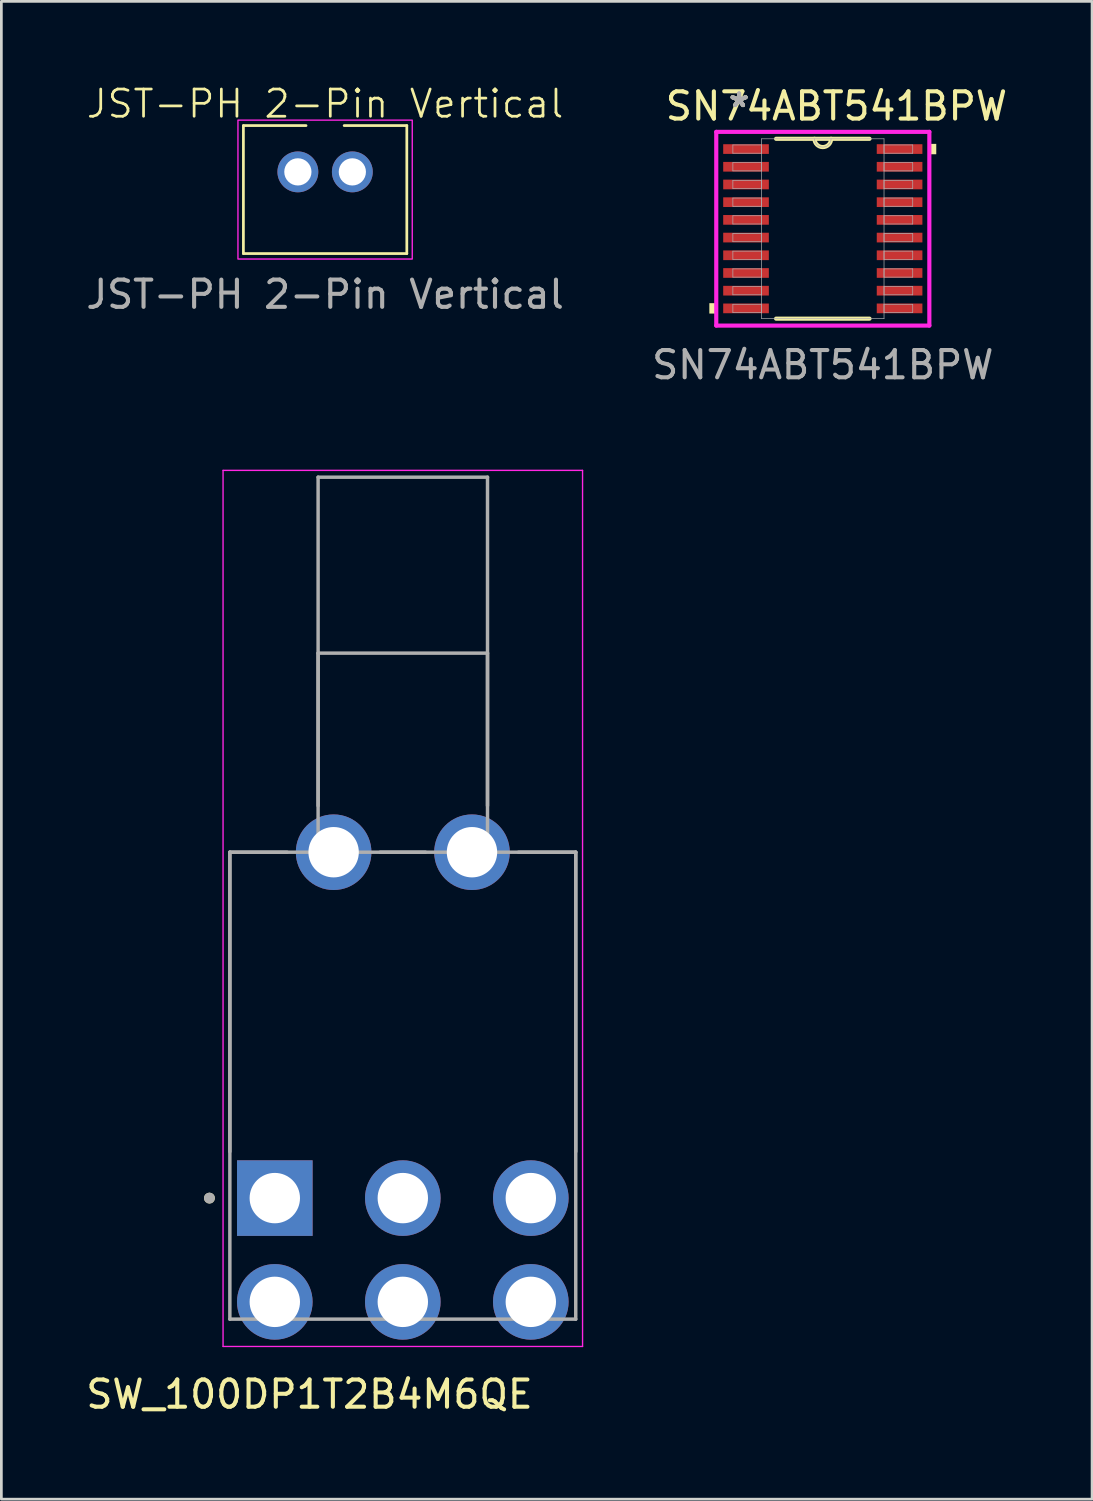
<source format=kicad_pcb>
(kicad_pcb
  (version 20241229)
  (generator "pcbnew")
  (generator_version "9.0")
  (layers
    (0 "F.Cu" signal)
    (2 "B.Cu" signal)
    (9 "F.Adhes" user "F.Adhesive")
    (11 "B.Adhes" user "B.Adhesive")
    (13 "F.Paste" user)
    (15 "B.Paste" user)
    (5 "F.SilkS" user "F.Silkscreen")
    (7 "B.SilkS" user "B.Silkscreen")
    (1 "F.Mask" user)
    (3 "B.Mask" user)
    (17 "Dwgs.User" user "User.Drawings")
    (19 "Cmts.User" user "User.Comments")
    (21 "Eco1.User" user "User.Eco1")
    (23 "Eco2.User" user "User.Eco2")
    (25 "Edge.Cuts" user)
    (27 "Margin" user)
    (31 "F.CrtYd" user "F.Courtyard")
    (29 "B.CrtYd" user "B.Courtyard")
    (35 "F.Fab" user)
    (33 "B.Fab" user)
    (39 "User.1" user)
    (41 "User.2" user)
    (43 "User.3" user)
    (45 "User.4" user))
  (footprint "JST-PH 2-Pin Vertical"
    (layer "F.Cu")
    (at 8.887 4.261)
    (property "Reference" "JST-PH 2-Pin Vertical" (at 0 -3.5 0) (unlocked yes) (layer "F.SilkS") (effects (font (size 1 1) (thickness 0.1))))
    (attr through_hole)
    (fp_line (start -3 -2.7) (end -3 2) (stroke (width 0.1) (type default)) (layer "F.SilkS"))
    (fp_line (start -3 -2.7) (end -0.7 -2.7) (stroke (width 0.1) (type default)) (layer "F.SilkS"))
    (fp_line (start -3 2) (end 3 2) (stroke (width 0.1) (type default)) (layer "F.SilkS"))
    (fp_line (start 3 -2.7) (end 0.7 -2.7) (stroke (width 0.1) (type default)) (layer "F.SilkS"))
    (fp_line (start 3 2) (end 3 -2.7) (stroke (width 0.1) (type default)) (layer "F.SilkS"))
    (fp_rect (start -3.2 -2.9) (end 3.2 2.2) (stroke (width 0.05) (type default)) (fill no) (layer "F.CrtYd"))
    (fp_text user "${REFERENCE}" (at 0 3.5 0) (unlocked yes) (layer "F.Fab") (effects (font (size 1 1) (thickness 0.15))))
    (pad "1" thru_hole circle (at 1 -1) (size 1.5 1.5) (drill 1) (layers "*.Cu" "*.Mask"))
    (pad "2" thru_hole circle (at -1 -1) (size 1.5 1.5) (drill 1) (layers "*.Cu" "*.Mask")))
  (footprint "SW_100DP1T2B4M6QE"
    (layer "F.Cu")
    (at 11.74 42.846)
    (property "Reference" "SW_100DP1T2B4M6QE" (at -3.425 5.3 0) (layer "F.SilkS") (effects (font (size 1 1) (thickness 0.15))))
    (attr through_hole)
    (fp_circle (center -7.1 -1.905) (end -7 -1.905) (stroke (width 0.2) (type solid)) (fill no) (layer "F.SilkS"))
    (fp_line (start -6.6 -28.625) (end -6.6 3.542) (stroke (width 0.05) (type solid)) (layer "F.CrtYd"))
    (fp_line (start -6.6 3.542) (end 6.6 3.542) (stroke (width 0.05) (type solid)) (layer "F.CrtYd"))
    (fp_line (start 6.6 -28.625) (end -6.6 -28.625) (stroke (width 0.05) (type solid)) (layer "F.CrtYd"))
    (fp_line (start 6.6 3.542) (end 6.6 -28.625) (stroke (width 0.05) (type solid)) (layer "F.CrtYd"))
    (fp_line (start -6.35 -14.605) (end -4.247 -14.605) (stroke (width 0.127) (type solid)) (layer "F.Fab"))
    (fp_line (start -6.35 -14.605) (end -3.11 -14.605) (stroke (width 0.127) (type solid)) (layer "F.Fab"))
    (fp_line (start -6.35 -3.612) (end -6.35 -14.605) (stroke (width 0.127) (type solid)) (layer "F.Fab"))
    (fp_line (start -6.35 2.54) (end -6.35 -14.605) (stroke (width 0.127) (type solid)) (layer "F.Fab"))
    (fp_line (start -3.11 -28.375) (end 3.11 -28.375) (stroke (width 0.127) (type solid)) (layer "F.Fab"))
    (fp_line (start -3.11 -21.915) (end 3.11 -21.915) (stroke (width 0.127) (type solid)) (layer "F.Fab"))
    (fp_line (start -3.11 -16.312) (end -3.11 -21.915) (stroke (width 0.127) (type solid)) (layer "F.Fab"))
    (fp_line (start -3.11 -14.605) (end -3.11 -28.375) (stroke (width 0.127) (type solid)) (layer "F.Fab"))
    (fp_line (start -3.11 -14.605) (end 3.11 -14.605) (stroke (width 0.127) (type solid)) (layer "F.Fab"))
    (fp_line (start -0.833 -14.605) (end 0.833 -14.605) (stroke (width 0.127) (type solid)) (layer "F.Fab"))
    (fp_line (start 3.11 -28.375) (end 3.11 -14.605) (stroke (width 0.127) (type solid)) (layer "F.Fab"))
    (fp_line (start 3.11 -21.915) (end 3.11 -16.312) (stroke (width 0.127) (type solid)) (layer "F.Fab"))
    (fp_line (start 3.11 -14.605) (end 6.35 -14.605) (stroke (width 0.127) (type solid)) (layer "F.Fab"))
    (fp_line (start 4.247 -14.605) (end 6.35 -14.605) (stroke (width 0.127) (type solid)) (layer "F.Fab"))
    (fp_line (start 6.35 -14.605) (end 6.35 -3.612) (stroke (width 0.127) (type solid)) (layer "F.Fab"))
    (fp_line (start 6.35 -14.605) (end 6.35 2.54) (stroke (width 0.127) (type solid)) (layer "F.Fab"))
    (fp_line (start 6.35 2.54) (end -6.35 2.54) (stroke (width 0.127) (type solid)) (layer "F.Fab"))
    (fp_circle (center -7.1 -1.905) (end -7 -1.905) (stroke (width 0.2) (type solid)) (fill no) (layer "F.Fab"))
    (pad "1" thru_hole rect (at -4.7 -1.905) (size 2.775 2.775) (drill 1.85) (layers "*.Cu" "*.Mask"))
    (pad "2" thru_hole circle (at 0 -1.905) (size 2.775 2.775) (drill 1.85) (layers "*.Cu" "*.Mask"))
    (pad "3" thru_hole circle (at 4.7 -1.905) (size 2.775 2.775) (drill 1.85) (layers "*.Cu" "*.Mask"))
    (pad "4" thru_hole circle (at -4.7 1.905) (size 2.775 2.775) (drill 1.85) (layers "*.Cu" "*.Mask"))
    (pad "5" thru_hole circle (at 0 1.905) (size 2.775 2.775) (drill 1.85) (layers "*.Cu" "*.Mask"))
    (pad "6" thru_hole circle (at 4.7 1.905) (size 2.775 2.775) (drill 1.85) (layers "*.Cu" "*.Mask"))
    (pad "S1" thru_hole circle (at -2.54 -14.605) (size 2.775 2.775) (drill 1.85) (layers "*.Cu" "*.Mask"))
    (pad "S2" thru_hole circle (at 2.54 -14.605) (size 2.775 2.775) (drill 1.85) (layers "*.Cu" "*.Mask")))
  (footprint "SN74ABT541BPW"
    (layer "F.Cu")
    (at 27.161 5.348)
    (property "Reference" "SN74ABT541BPW" (at 0.5 -4.5 0) (unlocked yes) (layer "F.SilkS") (effects (font (size 1 1) (thickness 0.15))))
    (attr smd)
    (fp_line (start -1.715 3.302) (end 1.715 3.302) (stroke (width 0.152) (type solid)) (layer "F.SilkS"))
    (fp_line (start 1.715 -3.302) (end -1.715 -3.302) (stroke (width 0.152) (type solid)) (layer "F.SilkS"))
    (fp_arc (start 0.3048 -3.302) (mid 0 -2.9972) (end -0.3048 -3.302) (stroke (width 0.1524) (type solid)) (layer "F.SilkS"))
    (fp_poly (pts (xy -4.166 2.734) (xy -4.166 3.115) (xy -3.912 3.115) (xy -3.912 2.734)) (stroke (width 0) (type solid)) (fill yes) (layer "F.SilkS"))
    (fp_poly (pts (xy 4.166 -3.115) (xy 4.166 -2.734) (xy 3.912 -2.734) (xy 3.912 -3.115)) (stroke (width 0) (type solid)) (fill yes) (layer "F.SilkS"))
    (fp_line (start -3.912 -3.556) (end 3.912 -3.556) (stroke (width 0.152) (type solid)) (layer "F.CrtYd"))
    (fp_line (start -3.912 3.556) (end -3.912 -3.556) (stroke (width 0.152) (type solid)) (layer "F.CrtYd"))
    (fp_line (start 3.912 -3.556) (end 3.912 3.556) (stroke (width 0.152) (type solid)) (layer "F.CrtYd"))
    (fp_line (start 3.912 3.556) (end -3.912 3.556) (stroke (width 0.152) (type solid)) (layer "F.CrtYd"))
    (fp_line (start -3.302 -3.077) (end -3.302 -2.773) (stroke (width 0.025) (type solid)) (layer "F.Fab"))
    (fp_line (start -3.302 -2.773) (end -2.248 -2.773) (stroke (width 0.025) (type solid)) (layer "F.Fab"))
    (fp_line (start -3.302 -2.427) (end -3.302 -2.123) (stroke (width 0.025) (type solid)) (layer "F.Fab"))
    (fp_line (start -3.302 -2.123) (end -2.248 -2.123) (stroke (width 0.025) (type solid)) (layer "F.Fab"))
    (fp_line (start -3.302 -1.777) (end -3.302 -1.473) (stroke (width 0.025) (type solid)) (layer "F.Fab"))
    (fp_line (start -3.302 -1.473) (end -2.248 -1.473) (stroke (width 0.025) (type solid)) (layer "F.Fab"))
    (fp_line (start -3.302 -1.127) (end -3.302 -0.823) (stroke (width 0.025) (type solid)) (layer "F.Fab"))
    (fp_line (start -3.302 -0.823) (end -2.248 -0.823) (stroke (width 0.025) (type solid)) (layer "F.Fab"))
    (fp_line (start -3.302 -0.477) (end -3.302 -0.173) (stroke (width 0.025) (type solid)) (layer "F.Fab"))
    (fp_line (start -3.302 -0.173) (end -2.248 -0.173) (stroke (width 0.025) (type solid)) (layer "F.Fab"))
    (fp_line (start -3.302 0.173) (end -3.302 0.477) (stroke (width 0.025) (type solid)) (layer "F.Fab"))
    (fp_line (start -3.302 0.477) (end -2.248 0.477) (stroke (width 0.025) (type solid)) (layer "F.Fab"))
    (fp_line (start -3.302 0.823) (end -3.302 1.127) (stroke (width 0.025) (type solid)) (layer "F.Fab"))
    (fp_line (start -3.302 1.127) (end -2.248 1.127) (stroke (width 0.025) (type solid)) (layer "F.Fab"))
    (fp_line (start -3.302 1.473) (end -3.302 1.777) (stroke (width 0.025) (type solid)) (layer "F.Fab"))
    (fp_line (start -3.302 1.777) (end -2.248 1.777) (stroke (width 0.025) (type solid)) (layer "F.Fab"))
    (fp_line (start -3.302 2.123) (end -3.302 2.427) (stroke (width 0.025) (type solid)) (layer "F.Fab"))
    (fp_line (start -3.302 2.427) (end -2.248 2.427) (stroke (width 0.025) (type solid)) (layer "F.Fab"))
    (fp_line (start -3.302 2.773) (end -3.302 3.077) (stroke (width 0.025) (type solid)) (layer "F.Fab"))
    (fp_line (start -3.302 3.077) (end -2.248 3.077) (stroke (width 0.025) (type solid)) (layer "F.Fab"))
    (fp_line (start -2.248 -3.302) (end -2.248 3.302) (stroke (width 0.025) (type solid)) (layer "F.Fab"))
    (fp_line (start -2.248 -3.077) (end -3.302 -3.077) (stroke (width 0.025) (type solid)) (layer "F.Fab"))
    (fp_line (start -2.248 -2.773) (end -2.248 -3.077) (stroke (width 0.025) (type solid)) (layer "F.Fab"))
    (fp_line (start -2.248 -2.427) (end -3.302 -2.427) (stroke (width 0.025) (type solid)) (layer "F.Fab"))
    (fp_line (start -2.248 -2.123) (end -2.248 -2.427) (stroke (width 0.025) (type solid)) (layer "F.Fab"))
    (fp_line (start -2.248 -1.777) (end -3.302 -1.777) (stroke (width 0.025) (type solid)) (layer "F.Fab"))
    (fp_line (start -2.248 -1.473) (end -2.248 -1.777) (stroke (width 0.025) (type solid)) (layer "F.Fab"))
    (fp_line (start -2.248 -1.127) (end -3.302 -1.127) (stroke (width 0.025) (type solid)) (layer "F.Fab"))
    (fp_line (start -2.248 -0.823) (end -2.248 -1.127) (stroke (width 0.025) (type solid)) (layer "F.Fab"))
    (fp_line (start -2.248 -0.477) (end -3.302 -0.477) (stroke (width 0.025) (type solid)) (layer "F.Fab"))
    (fp_line (start -2.248 -0.173) (end -2.248 -0.477) (stroke (width 0.025) (type solid)) (layer "F.Fab"))
    (fp_line (start -2.248 0.173) (end -3.302 0.173) (stroke (width 0.025) (type solid)) (layer "F.Fab"))
    (fp_line (start -2.248 0.477) (end -2.248 0.173) (stroke (width 0.025) (type solid)) (layer "F.Fab"))
    (fp_line (start -2.248 0.823) (end -3.302 0.823) (stroke (width 0.025) (type solid)) (layer "F.Fab"))
    (fp_line (start -2.248 1.127) (end -2.248 0.823) (stroke (width 0.025) (type solid)) (layer "F.Fab"))
    (fp_line (start -2.248 1.473) (end -3.302 1.473) (stroke (width 0.025) (type solid)) (layer "F.Fab"))
    (fp_line (start -2.248 1.777) (end -2.248 1.473) (stroke (width 0.025) (type solid)) (layer "F.Fab"))
    (fp_line (start -2.248 2.123) (end -3.302 2.123) (stroke (width 0.025) (type solid)) (layer "F.Fab"))
    (fp_line (start -2.248 2.427) (end -2.248 2.123) (stroke (width 0.025) (type solid)) (layer "F.Fab"))
    (fp_line (start -2.248 2.773) (end -3.302 2.773) (stroke (width 0.025) (type solid)) (layer "F.Fab"))
    (fp_line (start -2.248 3.077) (end -2.248 2.773) (stroke (width 0.025) (type solid)) (layer "F.Fab"))
    (fp_line (start -2.248 3.302) (end 2.248 3.302) (stroke (width 0.025) (type solid)) (layer "F.Fab"))
    (fp_line (start 2.248 -3.302) (end -2.248 -3.302) (stroke (width 0.025) (type solid)) (layer "F.Fab"))
    (fp_line (start 2.248 -3.077) (end 2.248 -2.773) (stroke (width 0.025) (type solid)) (layer "F.Fab"))
    (fp_line (start 2.248 -2.773) (end 3.302 -2.773) (stroke (width 0.025) (type solid)) (layer "F.Fab"))
    (fp_line (start 2.248 -2.427) (end 2.248 -2.123) (stroke (width 0.025) (type solid)) (layer "F.Fab"))
    (fp_line (start 2.248 -2.123) (end 3.302 -2.123) (stroke (width 0.025) (type solid)) (layer "F.Fab"))
    (fp_line (start 2.248 -1.777) (end 2.248 -1.473) (stroke (width 0.025) (type solid)) (layer "F.Fab"))
    (fp_line (start 2.248 -1.473) (end 3.302 -1.473) (stroke (width 0.025) (type solid)) (layer "F.Fab"))
    (fp_line (start 2.248 -1.127) (end 2.248 -0.823) (stroke (width 0.025) (type solid)) (layer "F.Fab"))
    (fp_line (start 2.248 -0.823) (end 3.302 -0.823) (stroke (width 0.025) (type solid)) (layer "F.Fab"))
    (fp_line (start 2.248 -0.477) (end 2.248 -0.173) (stroke (width 0.025) (type solid)) (layer "F.Fab"))
    (fp_line (start 2.248 -0.173) (end 3.302 -0.173) (stroke (width 0.025) (type solid)) (layer "F.Fab"))
    (fp_line (start 2.248 0.173) (end 2.248 0.477) (stroke (width 0.025) (type solid)) (layer "F.Fab"))
    (fp_line (start 2.248 0.477) (end 3.302 0.477) (stroke (width 0.025) (type solid)) (layer "F.Fab"))
    (fp_line (start 2.248 0.823) (end 2.248 1.127) (stroke (width 0.025) (type solid)) (layer "F.Fab"))
    (fp_line (start 2.248 1.127) (end 3.302 1.127) (stroke (width 0.025) (type solid)) (layer "F.Fab"))
    (fp_line (start 2.248 1.473) (end 2.248 1.777) (stroke (width 0.025) (type solid)) (layer "F.Fab"))
    (fp_line (start 2.248 1.777) (end 3.302 1.777) (stroke (width 0.025) (type solid)) (layer "F.Fab"))
    (fp_line (start 2.248 2.123) (end 2.248 2.427) (stroke (width 0.025) (type solid)) (layer "F.Fab"))
    (fp_line (start 2.248 2.427) (end 3.302 2.427) (stroke (width 0.025) (type solid)) (layer "F.Fab"))
    (fp_line (start 2.248 2.773) (end 2.248 3.077) (stroke (width 0.025) (type solid)) (layer "F.Fab"))
    (fp_line (start 2.248 3.077) (end 3.302 3.077) (stroke (width 0.025) (type solid)) (layer "F.Fab"))
    (fp_line (start 2.248 3.302) (end 2.248 -3.302) (stroke (width 0.025) (type solid)) (layer "F.Fab"))
    (fp_line (start 3.302 -3.077) (end 2.248 -3.077) (stroke (width 0.025) (type solid)) (layer "F.Fab"))
    (fp_line (start 3.302 -2.773) (end 3.302 -3.077) (stroke (width 0.025) (type solid)) (layer "F.Fab"))
    (fp_line (start 3.302 -2.427) (end 2.248 -2.427) (stroke (width 0.025) (type solid)) (layer "F.Fab"))
    (fp_line (start 3.302 -2.123) (end 3.302 -2.427) (stroke (width 0.025) (type solid)) (layer "F.Fab"))
    (fp_line (start 3.302 -1.777) (end 2.248 -1.777) (stroke (width 0.025) (type solid)) (layer "F.Fab"))
    (fp_line (start 3.302 -1.473) (end 3.302 -1.777) (stroke (width 0.025) (type solid)) (layer "F.Fab"))
    (fp_line (start 3.302 -1.127) (end 2.248 -1.127) (stroke (width 0.025) (type solid)) (layer "F.Fab"))
    (fp_line (start 3.302 -0.823) (end 3.302 -1.127) (stroke (width 0.025) (type solid)) (layer "F.Fab"))
    (fp_line (start 3.302 -0.477) (end 2.248 -0.477) (stroke (width 0.025) (type solid)) (layer "F.Fab"))
    (fp_line (start 3.302 -0.173) (end 3.302 -0.477) (stroke (width 0.025) (type solid)) (layer "F.Fab"))
    (fp_line (start 3.302 0.173) (end 2.248 0.173) (stroke (width 0.025) (type solid)) (layer "F.Fab"))
    (fp_line (start 3.302 0.477) (end 3.302 0.173) (stroke (width 0.025) (type solid)) (layer "F.Fab"))
    (fp_line (start 3.302 0.823) (end 2.248 0.823) (stroke (width 0.025) (type solid)) (layer "F.Fab"))
    (fp_line (start 3.302 1.127) (end 3.302 0.823) (stroke (width 0.025) (type solid)) (layer "F.Fab"))
    (fp_line (start 3.302 1.473) (end 2.248 1.473) (stroke (width 0.025) (type solid)) (layer "F.Fab"))
    (fp_line (start 3.302 1.777) (end 3.302 1.473) (stroke (width 0.025) (type solid)) (layer "F.Fab"))
    (fp_line (start 3.302 2.123) (end 2.248 2.123) (stroke (width 0.025) (type solid)) (layer "F.Fab"))
    (fp_line (start 3.302 2.427) (end 3.302 2.123) (stroke (width 0.025) (type solid)) (layer "F.Fab"))
    (fp_line (start 3.302 2.773) (end 2.248 2.773) (stroke (width 0.025) (type solid)) (layer "F.Fab"))
    (fp_line (start 3.302 3.077) (end 3.302 2.773) (stroke (width 0.025) (type solid)) (layer "F.Fab"))
    (fp_arc (start 0.3048 -3.302) (mid 0 -2.9972) (end -0.3048 -3.302) (stroke (width 0.0254) (type solid)) (layer "F.Fab"))
    (fp_text user "*" (at -3.073 -4.424 0) (layer "F.SilkS") (effects (font (size 1 1) (thickness 0.15))))
    (fp_text user "*" (at -3.073 -4.424 0) (unlocked yes) (layer "F.SilkS") (effects (font (size 1 1) (thickness 0.15))))
    (fp_text user "*" (at -3.073 -4.424 0) (layer "F.Fab") (effects (font (size 1 1) (thickness 0.15))))
    (fp_text user "${REFERENCE}" (at 0 5 0) (unlocked yes) (layer "F.Fab") (effects (font (size 1 1) (thickness 0.15))))
    (fp_text user "*" (at -3.073 -4.424 0) (unlocked yes) (layer "F.Fab") (effects (font (size 1 1) (thickness 0.15))))
    (pad "1" smd rect (at -2.819 -2.925) (size 1.676 0.356) (layers "F.Cu" "F.Mask" "F.Paste"))
    (pad "2" smd rect (at -2.819 -2.275) (size 1.676 0.356) (layers "F.Cu" "F.Mask" "F.Paste"))
    (pad "3" smd rect (at -2.819 -1.625) (size 1.676 0.356) (layers "F.Cu" "F.Mask" "F.Paste"))
    (pad "4" smd rect (at -2.819 -0.975) (size 1.676 0.356) (layers "F.Cu" "F.Mask" "F.Paste"))
    (pad "5" smd rect (at -2.819 -0.325) (size 1.676 0.356) (layers "F.Cu" "F.Mask" "F.Paste"))
    (pad "6" smd rect (at -2.819 0.325) (size 1.676 0.356) (layers "F.Cu" "F.Mask" "F.Paste"))
    (pad "7" smd rect (at -2.819 0.975) (size 1.676 0.356) (layers "F.Cu" "F.Mask" "F.Paste"))
    (pad "8" smd rect (at -2.819 1.625) (size 1.676 0.356) (layers "F.Cu" "F.Mask" "F.Paste"))
    (pad "9" smd rect (at -2.819 2.275) (size 1.676 0.356) (layers "F.Cu" "F.Mask" "F.Paste"))
    (pad "10" smd rect (at -2.819 2.925) (size 1.676 0.356) (layers "F.Cu" "F.Mask" "F.Paste"))
    (pad "11" smd rect (at 2.819 2.925) (size 1.676 0.356) (layers "F.Cu" "F.Mask" "F.Paste"))
    (pad "12" smd rect (at 2.819 2.275) (size 1.676 0.356) (layers "F.Cu" "F.Mask" "F.Paste"))
    (pad "13" smd rect (at 2.819 1.625) (size 1.676 0.356) (layers "F.Cu" "F.Mask" "F.Paste"))
    (pad "14" smd rect (at 2.819 0.975) (size 1.676 0.356) (layers "F.Cu" "F.Mask" "F.Paste"))
    (pad "15" smd rect (at 2.819 0.325) (size 1.676 0.356) (layers "F.Cu" "F.Mask" "F.Paste"))
    (pad "16" smd rect (at 2.819 -0.325) (size 1.676 0.356) (layers "F.Cu" "F.Mask" "F.Paste"))
    (pad "17" smd rect (at 2.819 -0.975) (size 1.676 0.356) (layers "F.Cu" "F.Mask" "F.Paste"))
    (pad "18" smd rect (at 2.819 -1.625) (size 1.676 0.356) (layers "F.Cu" "F.Mask" "F.Paste"))
    (pad "19" smd rect (at 2.819 -2.275) (size 1.676 0.356) (layers "F.Cu" "F.Mask" "F.Paste"))
    (pad "20" smd rect (at 2.819 -2.925) (size 1.676 0.356) (layers "F.Cu" "F.Mask" "F.Paste")))
  (gr_rect
    (start -3 -3)
    (end 37.048 51.995)
    (stroke (width 0.1) (type default))
    (fill no)
    (layer "Edge.Cuts")))
</source>
